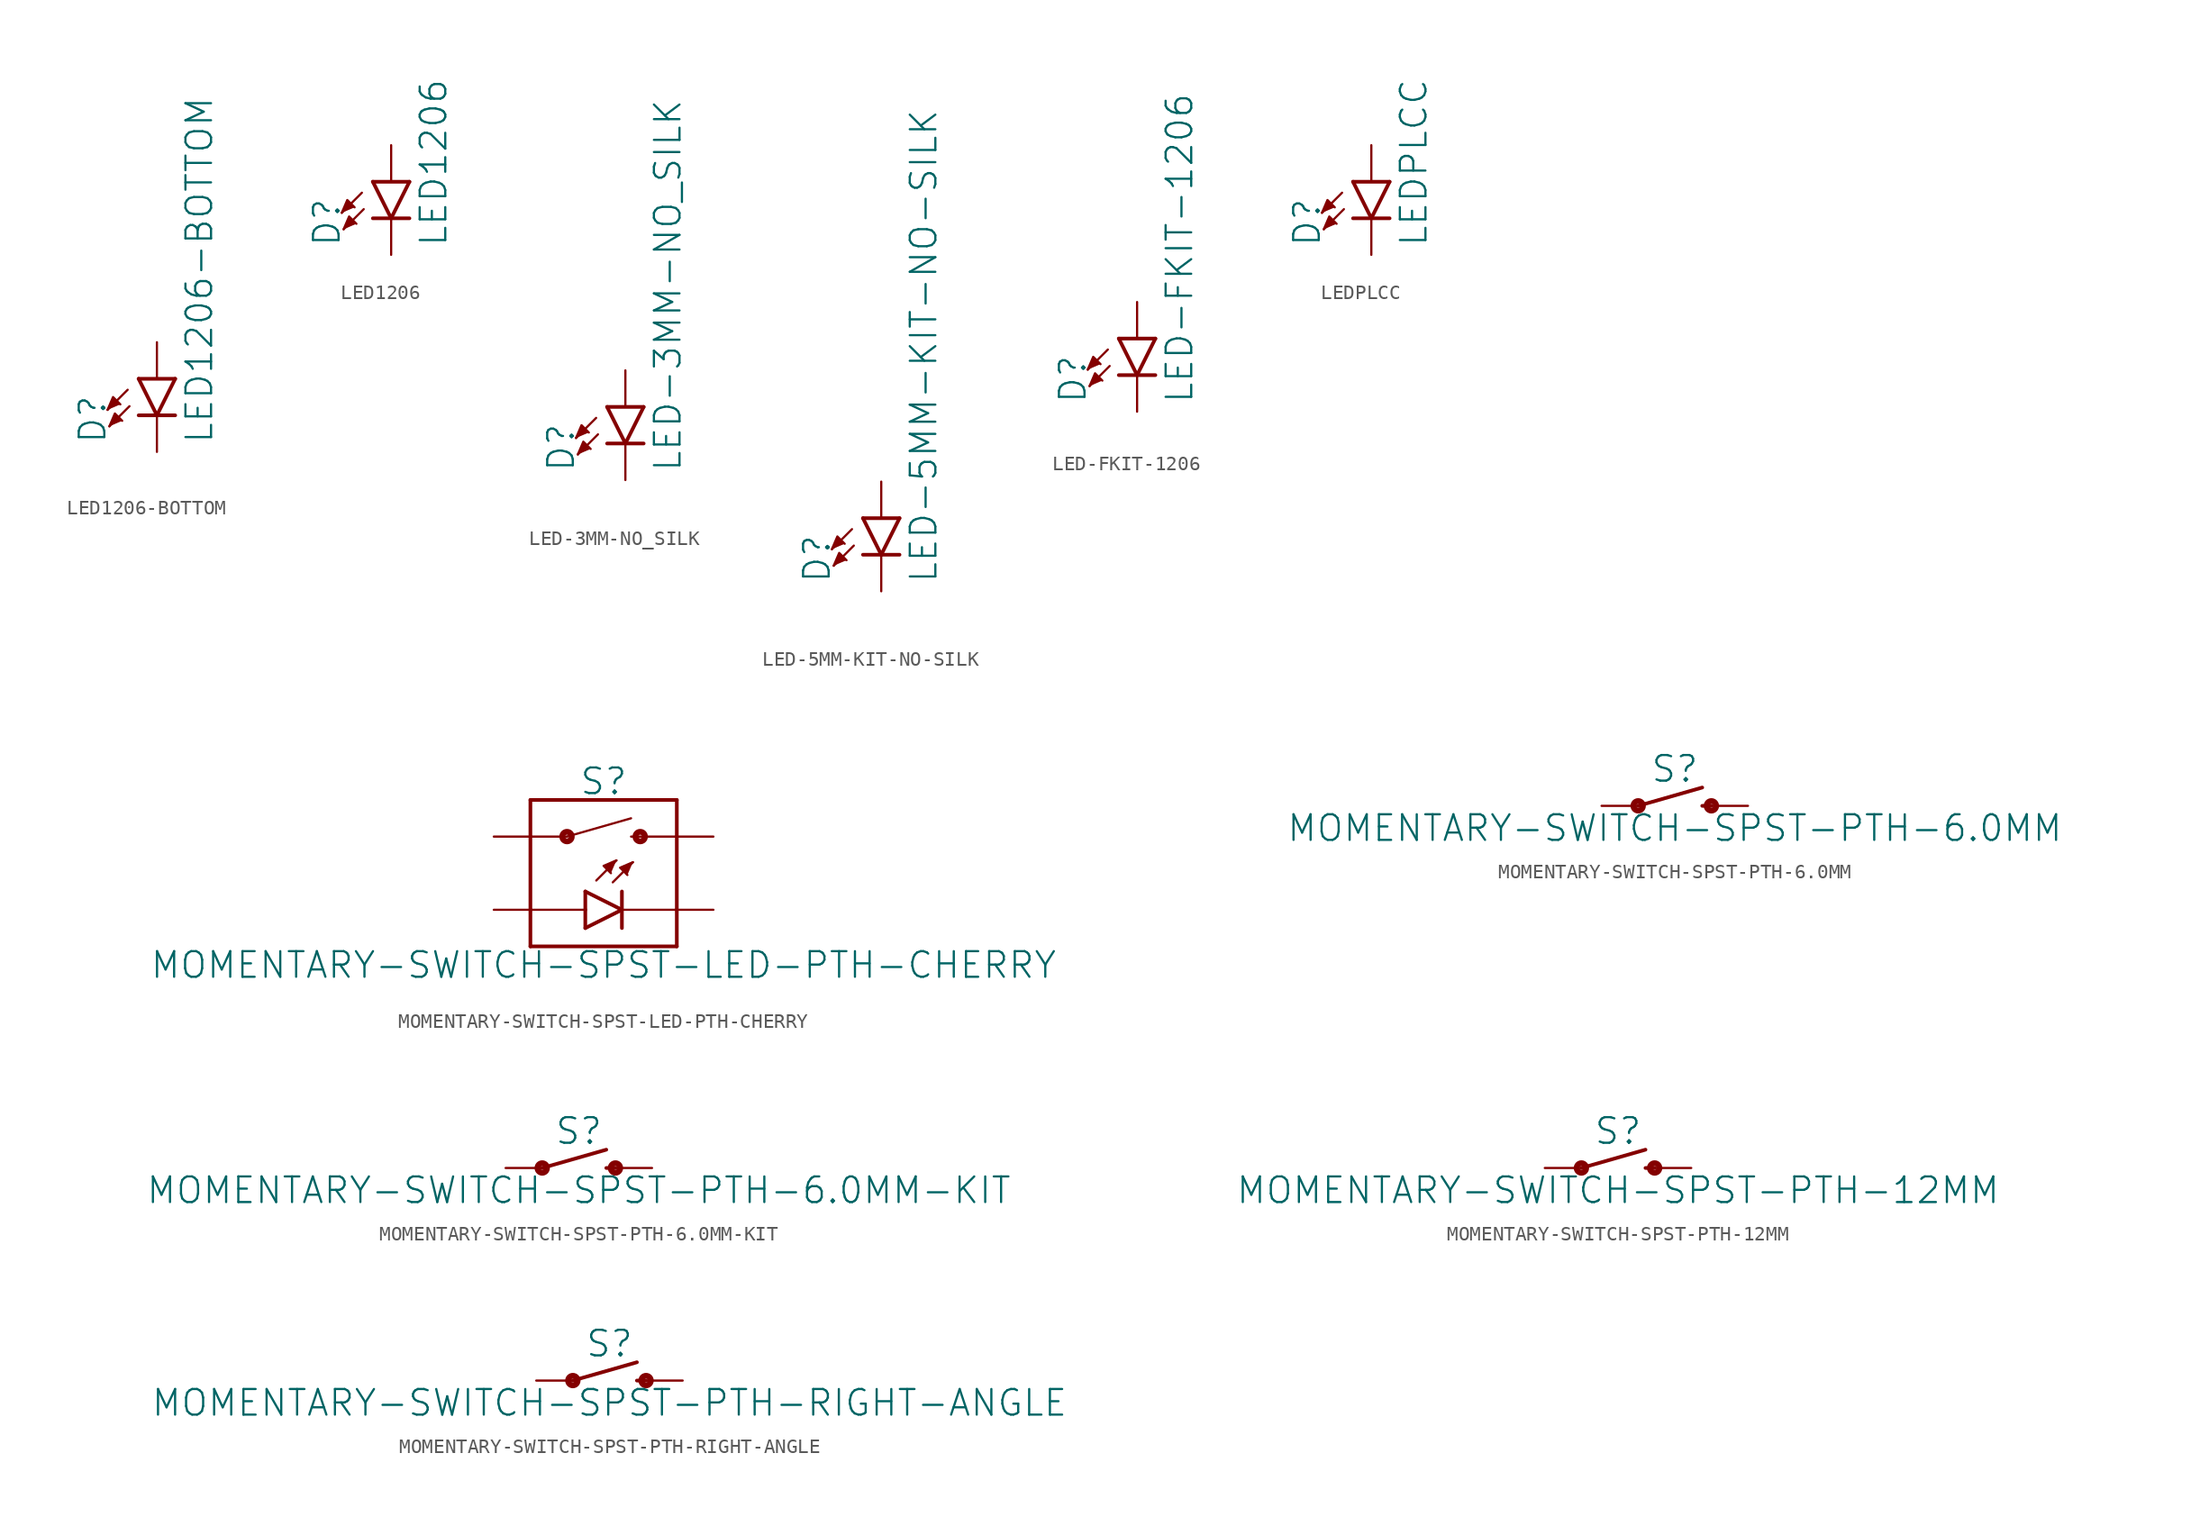
<source format=kicad_sym>
(kicad_symbol_lib
  (version 20210619)
  (generator kicad_symbol_editor)
  (symbol "LED1206-BOTTOM"
    (property "Reference" "D"
      (at -3.429 -4.572 90)
      (effects (font (size 1.778 1.778)) (justify left bottom)))
    (property "Value" "LED1206-BOTTOM"
      (at 1.905 -4.572 90)
      (effects (font (size 1.778 1.778)) (justify left top)))
    (property "ki_locked" ""
      (at 0 0 0)
      (effects (font (size 1.27 1.27))))
    (symbol "LED1206-BOTTOM_1_0"
      (polyline (pts (xy -2.032 -0.762) (xy -3.429 -2.159)) (stroke (width 0.152)) (fill (type none)))
      (polyline (pts (xy -1.905 -1.905) (xy -3.302 -3.302)) (stroke (width 0.152)) (fill (type none)))
      (polyline (pts (xy 0 -2.54) (xy -1.27 -2.54)) (stroke (width 0.254)) (fill (type none)))
      (polyline (pts (xy 0 -2.54) (xy -1.27 0)) (stroke (width 0.254)) (fill (type none)))
      (polyline (pts (xy 1.27 -2.54) (xy 0 -2.54)) (stroke (width 0.254)) (fill (type none)))
      (polyline (pts (xy 1.27 0) (xy -1.27 0)) (stroke (width 0.254)) (fill (type none)))
      (polyline (pts (xy 1.27 0) (xy 0 -2.54)) (stroke (width 0.254)) (fill (type none)))
      (polyline (pts (xy -3.429 -2.159) (xy -3.048 -1.27) (xy -2.54 -1.778)) (stroke (width 0)) (fill (type outline)))
      (polyline (pts (xy -3.302 -3.302) (xy -2.921 -2.413) (xy -2.413 -2.921)) (stroke (width 0)) (fill (type outline)))
      (pin passive line (at 0 2.54 270) (length 2.54) (name "A" (effects (font (size 0 0)))) (number "A" (effects (font (size 0 0)))))
      (pin passive line (at 0 -5.08 90) (length 2.54) (name "C" (effects (font (size 0 0)))) (number "C" (effects (font (size 0 0)))))))
  (symbol "LED1206"
    (property "Reference" "D"
      (at -3.429 -4.572 90)
      (effects (font (size 1.778 1.778)) (justify left bottom)))
    (property "Value" "LED1206"
      (at 1.905 -4.572 90)
      (effects (font (size 1.778 1.778)) (justify left top)))
    (property "ki_locked" ""
      (at 0 0 0)
      (effects (font (size 1.27 1.27))))
    (symbol "LED1206_1_0"
      (polyline (pts (xy -2.032 -0.762) (xy -3.429 -2.159)) (stroke (width 0.152)) (fill (type none)))
      (polyline (pts (xy -1.905 -1.905) (xy -3.302 -3.302)) (stroke (width 0.152)) (fill (type none)))
      (polyline (pts (xy 0 -2.54) (xy -1.27 -2.54)) (stroke (width 0.254)) (fill (type none)))
      (polyline (pts (xy 0 -2.54) (xy -1.27 0)) (stroke (width 0.254)) (fill (type none)))
      (polyline (pts (xy 1.27 -2.54) (xy 0 -2.54)) (stroke (width 0.254)) (fill (type none)))
      (polyline (pts (xy 1.27 0) (xy -1.27 0)) (stroke (width 0.254)) (fill (type none)))
      (polyline (pts (xy 1.27 0) (xy 0 -2.54)) (stroke (width 0.254)) (fill (type none)))
      (polyline (pts (xy -3.429 -2.159) (xy -3.048 -1.27) (xy -2.54 -1.778)) (stroke (width 0)) (fill (type outline)))
      (polyline (pts (xy -3.302 -3.302) (xy -2.921 -2.413) (xy -2.413 -2.921)) (stroke (width 0)) (fill (type outline)))
      (pin passive line (at 0 2.54 270) (length 2.54) (name "A" (effects (font (size 0 0)))) (number "A" (effects (font (size 0 0)))))
      (pin passive line (at 0 -5.08 90) (length 2.54) (name "C" (effects (font (size 0 0)))) (number "C" (effects (font (size 0 0)))))))
  (symbol "LED-3MM-NO_SILK"
    (property "Reference" "D"
      (at -3.429 -4.572 90)
      (effects (font (size 1.778 1.778)) (justify left bottom)))
    (property "Value" "LED-3MM-NO_SILK"
      (at 1.905 -4.572 90)
      (effects (font (size 1.778 1.778)) (justify left top)))
    (property "ki_locked" ""
      (at 0 0 0)
      (effects (font (size 1.27 1.27))))
    (symbol "LED-3MM-NO_SILK_1_0"
      (polyline (pts (xy -2.032 -0.762) (xy -3.429 -2.159)) (stroke (width 0.152)) (fill (type none)))
      (polyline (pts (xy -1.905 -1.905) (xy -3.302 -3.302)) (stroke (width 0.152)) (fill (type none)))
      (polyline (pts (xy 0 -2.54) (xy -1.27 -2.54)) (stroke (width 0.254)) (fill (type none)))
      (polyline (pts (xy 0 -2.54) (xy -1.27 0)) (stroke (width 0.254)) (fill (type none)))
      (polyline (pts (xy 1.27 -2.54) (xy 0 -2.54)) (stroke (width 0.254)) (fill (type none)))
      (polyline (pts (xy 1.27 0) (xy -1.27 0)) (stroke (width 0.254)) (fill (type none)))
      (polyline (pts (xy 1.27 0) (xy 0 -2.54)) (stroke (width 0.254)) (fill (type none)))
      (polyline (pts (xy -3.429 -2.159) (xy -3.048 -1.27) (xy -2.54 -1.778)) (stroke (width 0)) (fill (type outline)))
      (polyline (pts (xy -3.302 -3.302) (xy -2.921 -2.413) (xy -2.413 -2.921)) (stroke (width 0)) (fill (type outline)))
      (pin passive line (at 0 2.54 270) (length 2.54) (name "A" (effects (font (size 0 0)))) (number "A" (effects (font (size 0 0)))))
      (pin passive line (at 0 -5.08 90) (length 2.54) (name "C" (effects (font (size 0 0)))) (number "K" (effects (font (size 0 0)))))))
  (symbol "LED-5MM-KIT-NO-SILK"
    (property "Reference" "D"
      (at -3.429 -4.572 90)
      (effects (font (size 1.778 1.778)) (justify left bottom)))
    (property "Value" "LED-5MM-KIT-NO-SILK"
      (at 1.905 -4.572 90)
      (effects (font (size 1.778 1.778)) (justify left top)))
    (property "ki_locked" ""
      (at 0 0 0)
      (effects (font (size 1.27 1.27))))
    (symbol "LED-5MM-KIT-NO-SILK_1_0"
      (polyline (pts (xy -2.032 -0.762) (xy -3.429 -2.159)) (stroke (width 0.152)) (fill (type none)))
      (polyline (pts (xy -1.905 -1.905) (xy -3.302 -3.302)) (stroke (width 0.152)) (fill (type none)))
      (polyline (pts (xy 0 -2.54) (xy -1.27 -2.54)) (stroke (width 0.254)) (fill (type none)))
      (polyline (pts (xy 0 -2.54) (xy -1.27 0)) (stroke (width 0.254)) (fill (type none)))
      (polyline (pts (xy 1.27 -2.54) (xy 0 -2.54)) (stroke (width 0.254)) (fill (type none)))
      (polyline (pts (xy 1.27 0) (xy -1.27 0)) (stroke (width 0.254)) (fill (type none)))
      (polyline (pts (xy 1.27 0) (xy 0 -2.54)) (stroke (width 0.254)) (fill (type none)))
      (polyline (pts (xy -3.429 -2.159) (xy -3.048 -1.27) (xy -2.54 -1.778)) (stroke (width 0)) (fill (type outline)))
      (polyline (pts (xy -3.302 -3.302) (xy -2.921 -2.413) (xy -2.413 -2.921)) (stroke (width 0)) (fill (type outline)))
      (pin passive line (at 0 2.54 270) (length 2.54) (name "A" (effects (font (size 0 0)))) (number "A" (effects (font (size 0 0)))))
      (pin passive line (at 0 -5.08 90) (length 2.54) (name "C" (effects (font (size 0 0)))) (number "K" (effects (font (size 0 0)))))))
  (symbol "LED-FKIT-1206"
    (property "Reference" "D"
      (at -3.429 -4.572 90)
      (effects (font (size 1.778 1.778)) (justify left bottom)))
    (property "Value" "LED-FKIT-1206"
      (at 1.905 -4.572 90)
      (effects (font (size 1.778 1.778)) (justify left top)))
    (property "ki_locked" ""
      (at 0 0 0)
      (effects (font (size 1.27 1.27))))
    (symbol "LED-FKIT-1206_1_0"
      (polyline (pts (xy -2.032 -0.762) (xy -3.429 -2.159)) (stroke (width 0.152)) (fill (type none)))
      (polyline (pts (xy -1.905 -1.905) (xy -3.302 -3.302)) (stroke (width 0.152)) (fill (type none)))
      (polyline (pts (xy 0 -2.54) (xy -1.27 -2.54)) (stroke (width 0.254)) (fill (type none)))
      (polyline (pts (xy 0 -2.54) (xy -1.27 0)) (stroke (width 0.254)) (fill (type none)))
      (polyline (pts (xy 1.27 -2.54) (xy 0 -2.54)) (stroke (width 0.254)) (fill (type none)))
      (polyline (pts (xy 1.27 0) (xy -1.27 0)) (stroke (width 0.254)) (fill (type none)))
      (polyline (pts (xy 1.27 0) (xy 0 -2.54)) (stroke (width 0.254)) (fill (type none)))
      (polyline (pts (xy -3.429 -2.159) (xy -3.048 -1.27) (xy -2.54 -1.778)) (stroke (width 0)) (fill (type outline)))
      (polyline (pts (xy -3.302 -3.302) (xy -2.921 -2.413) (xy -2.413 -2.921)) (stroke (width 0)) (fill (type outline)))
      (pin passive line (at 0 2.54 270) (length 2.54) (name "A" (effects (font (size 0 0)))) (number "A" (effects (font (size 0 0)))))
      (pin passive line (at 0 -5.08 90) (length 2.54) (name "C" (effects (font (size 0 0)))) (number "C" (effects (font (size 0 0)))))))
  (symbol "LEDPLCC"
    (property "Reference" "D"
      (at -3.429 -4.572 90)
      (effects (font (size 1.778 1.778)) (justify left bottom)))
    (property "Value" "LEDPLCC"
      (at 1.905 -4.572 90)
      (effects (font (size 1.778 1.778)) (justify left top)))
    (property "ki_locked" ""
      (at 0 0 0)
      (effects (font (size 1.27 1.27))))
    (symbol "LEDPLCC_1_0"
      (polyline (pts (xy -2.032 -0.762) (xy -3.429 -2.159)) (stroke (width 0.152)) (fill (type none)))
      (polyline (pts (xy -1.905 -1.905) (xy -3.302 -3.302)) (stroke (width 0.152)) (fill (type none)))
      (polyline (pts (xy 0 -2.54) (xy -1.27 -2.54)) (stroke (width 0.254)) (fill (type none)))
      (polyline (pts (xy 0 -2.54) (xy -1.27 0)) (stroke (width 0.254)) (fill (type none)))
      (polyline (pts (xy 1.27 -2.54) (xy 0 -2.54)) (stroke (width 0.254)) (fill (type none)))
      (polyline (pts (xy 1.27 0) (xy -1.27 0)) (stroke (width 0.254)) (fill (type none)))
      (polyline (pts (xy 1.27 0) (xy 0 -2.54)) (stroke (width 0.254)) (fill (type none)))
      (polyline (pts (xy -3.429 -2.159) (xy -3.048 -1.27) (xy -2.54 -1.778)) (stroke (width 0)) (fill (type outline)))
      (polyline (pts (xy -3.302 -3.302) (xy -2.921 -2.413) (xy -2.413 -2.921)) (stroke (width 0)) (fill (type outline)))
      (pin passive line (at 0 -5.08 90) (length 2.54) (name "C" (effects (font (size 0 0)))) (number "1" (effects (font (size 0 0)))))
      (pin passive line (at 0 2.54 270) (length 2.54) (name "A" (effects (font (size 0 0)))) (number "2" (effects (font (size 0 0)))))))
  (symbol "MOMENTARY-SWITCH-SPST-LED-PTH-CHERRY"
    (property "Reference" "S"
      (at 0 5.334 0)
      (effects (font (size 1.778 1.778)) (justify bottom)))
    (property "Value" "MOMENTARY-SWITCH-SPST-LED-PTH-CHERRY"
      (at 0 -5.334 0)
      (effects (font (size 1.778 1.778)) (justify top)))
    (property "ki_locked" ""
      (at 0 0 0)
      (effects (font (size 1.27 1.27))))
    (symbol "MOMENTARY-SWITCH-SPST-LED-PTH-CHERRY_1_0"
      (circle (center -2.54 2.54) (radius 0.127) (stroke (width 0.406)) (fill (type none)))
      (circle (center 2.54 2.54) (radius 0.127) (stroke (width 0.406)) (fill (type none)))
      (polyline (pts (xy -5.08 -5.08) (xy 5.08 -5.08)) (stroke (width 0.254)) (fill (type none)))
      (polyline (pts (xy -5.08 -2.54) (xy -5.08 -5.08)) (stroke (width 0.254)) (fill (type none)))
      (polyline (pts (xy -5.08 -2.54) (xy -1.27 -2.54)) (stroke (width 0.152)) (fill (type none)))
      (polyline (pts (xy -5.08 2.54) (xy -5.08 -2.54)) (stroke (width 0.254)) (fill (type none)))
      (polyline (pts (xy -5.08 2.54) (xy -2.54 2.54)) (stroke (width 0.152)) (fill (type none)))
      (polyline (pts (xy -5.08 5.08) (xy -5.08 2.54)) (stroke (width 0.254)) (fill (type none)))
      (polyline (pts (xy -2.54 2.54) (xy 1.905 3.81)) (stroke (width 0.152)) (fill (type none)))
      (polyline (pts (xy -1.27 -3.81) (xy -1.27 -2.54)) (stroke (width 0.254)) (fill (type none)))
      (polyline (pts (xy -1.27 -3.81) (xy 1.27 -2.54)) (stroke (width 0.254)) (fill (type none)))
      (polyline (pts (xy -1.27 -2.54) (xy -1.27 -1.27)) (stroke (width 0.254)) (fill (type none)))
      (polyline (pts (xy -0.508 -0.508) (xy 0.889 0.889)) (stroke (width 0.152)) (fill (type none)))
      (polyline (pts (xy 0.635 -0.635) (xy 2.032 0.762)) (stroke (width 0.152)) (fill (type none)))
      (polyline (pts (xy 1.27 -3.81) (xy 1.27 -2.54)) (stroke (width 0.254)) (fill (type none)))
      (polyline (pts (xy 1.27 -2.54) (xy -1.27 -1.27)) (stroke (width 0.254)) (fill (type none)))
      (polyline (pts (xy 1.27 -2.54) (xy 1.27 -1.27)) (stroke (width 0.254)) (fill (type none)))
      (polyline (pts (xy 1.27 -2.54) (xy 5.08 -2.54)) (stroke (width 0.152)) (fill (type none)))
      (polyline (pts (xy 1.905 2.54) (xy 5.08 2.54)) (stroke (width 0.152)) (fill (type none)))
      (polyline (pts (xy 5.08 -5.08) (xy 5.08 -2.54)) (stroke (width 0.254)) (fill (type none)))
      (polyline (pts (xy 5.08 -2.54) (xy 5.08 2.54)) (stroke (width 0.254)) (fill (type none)))
      (polyline (pts (xy 5.08 2.54) (xy 5.08 5.08)) (stroke (width 0.254)) (fill (type none)))
      (polyline (pts (xy 5.08 5.08) (xy -5.08 5.08)) (stroke (width 0.254)) (fill (type none)))
      (polyline (pts (xy 0.889 0.889) (xy 0 0.508) (xy 0.508 0)) (stroke (width 0)) (fill (type outline)))
      (polyline (pts (xy 2.032 0.762) (xy 1.143 0.381) (xy 1.651 -0.127)) (stroke (width 0)) (fill (type outline)))
      (pin passive line (at -7.62 -2.54 0) (length 2.54) (name "A" (effects (font (size 0 0)))) (number "A" (effects (font (size 0 0)))))
      (pin passive line (at 7.62 -2.54 180) (length 2.54) (name "C" (effects (font (size 0 0)))) (number "K" (effects (font (size 0 0)))))
      (pin passive line (at -7.62 2.54 0) (length 2.54) (name "1" (effects (font (size 0 0)))) (number "S1" (effects (font (size 0 0)))))
      (pin passive line (at 7.62 2.54 180) (length 2.54) (name "2" (effects (font (size 0 0)))) (number "S2" (effects (font (size 0 0)))))))
  (symbol "MOMENTARY-SWITCH-SPST-PTH-6.0MM"
    (property "Reference" "S"
      (at 0 1.524 0)
      (effects (font (size 1.778 1.778)) (justify bottom)))
    (property "Value" "MOMENTARY-SWITCH-SPST-PTH-6.0MM"
      (at 0 -0.508 0)
      (effects (font (size 1.778 1.778)) (justify top)))
    (property "ki_locked" ""
      (at 0 0 0)
      (effects (font (size 1.27 1.27))))
    (symbol "MOMENTARY-SWITCH-SPST-PTH-6.0MM_1_0"
      (circle (center -2.54 0) (radius 0.127) (stroke (width 0.406)) (fill (type none)))
      (circle (center 2.54 0) (radius 0.127) (stroke (width 0.406)) (fill (type none)))
      (polyline (pts (xy -2.54 0) (xy 1.905 1.27)) (stroke (width 0.254)) (fill (type none)))
      (polyline (pts (xy 1.905 0) (xy 2.54 0)) (stroke (width 0.254)) (fill (type none)))
      (pin passive line (at -5.08 0 0) (length 2.54) (name "1" (effects (font (size 0 0)))) (number "1" (effects (font (size 0 0)))))
      (pin passive line (at 5.08 0 180) (length 2.54) (name "2" (effects (font (size 0 0)))) (number "3" (effects (font (size 0 0)))))))
  (symbol "MOMENTARY-SWITCH-SPST-PTH-6.0MM-KIT"
    (property "Reference" "S"
      (at 0 1.524 0)
      (effects (font (size 1.778 1.778)) (justify bottom)))
    (property "Value" "MOMENTARY-SWITCH-SPST-PTH-6.0MM-KIT"
      (at 0 -0.508 0)
      (effects (font (size 1.778 1.778)) (justify top)))
    (property "ki_locked" ""
      (at 0 0 0)
      (effects (font (size 1.27 1.27))))
    (symbol "MOMENTARY-SWITCH-SPST-PTH-6.0MM-KIT_1_0"
      (circle (center -2.54 0) (radius 0.127) (stroke (width 0.406)) (fill (type none)))
      (circle (center 2.54 0) (radius 0.127) (stroke (width 0.406)) (fill (type none)))
      (polyline (pts (xy -2.54 0) (xy 1.905 1.27)) (stroke (width 0.254)) (fill (type none)))
      (polyline (pts (xy 1.905 0) (xy 2.54 0)) (stroke (width 0.254)) (fill (type none)))
      (pin passive line (at -5.08 0 0) (length 2.54) (name "1" (effects (font (size 0 0)))) (number "1" (effects (font (size 0 0)))))
      (pin passive line (at 5.08 0 180) (length 2.54) (name "2" (effects (font (size 0 0)))) (number "3" (effects (font (size 0 0)))))))
  (symbol "MOMENTARY-SWITCH-SPST-PTH-12MM"
    (property "Reference" "S"
      (at 0 1.524 0)
      (effects (font (size 1.778 1.778)) (justify bottom)))
    (property "Value" "MOMENTARY-SWITCH-SPST-PTH-12MM"
      (at 0 -0.508 0)
      (effects (font (size 1.778 1.778)) (justify top)))
    (property "ki_locked" ""
      (at 0 0 0)
      (effects (font (size 1.27 1.27))))
    (symbol "MOMENTARY-SWITCH-SPST-PTH-12MM_1_0"
      (circle (center -2.54 0) (radius 0.127) (stroke (width 0.406)) (fill (type none)))
      (circle (center 2.54 0) (radius 0.127) (stroke (width 0.406)) (fill (type none)))
      (polyline (pts (xy -2.54 0) (xy 1.905 1.27)) (stroke (width 0.254)) (fill (type none)))
      (polyline (pts (xy 1.905 0) (xy 2.54 0)) (stroke (width 0.254)) (fill (type none)))
      (pin passive line (at -5.08 0 0) (length 2.54) (name "1" (effects (font (size 0 0)))) (number "1" (effects (font (size 0 0)))))
      (pin passive line (at 5.08 0 180) (length 2.54) (name "2" (effects (font (size 0 0)))) (number "3" (effects (font (size 0 0)))))))
  (symbol "MOMENTARY-SWITCH-SPST-PTH-RIGHT-ANGLE"
    (property "Reference" "S"
      (at 0 1.524 0)
      (effects (font (size 1.778 1.778)) (justify bottom)))
    (property "Value" "MOMENTARY-SWITCH-SPST-PTH-RIGHT-ANGLE"
      (at 0 -0.508 0)
      (effects (font (size 1.778 1.778)) (justify top)))
    (property "ki_locked" ""
      (at 0 0 0)
      (effects (font (size 1.27 1.27))))
    (symbol "MOMENTARY-SWITCH-SPST-PTH-RIGHT-ANGLE_1_0"
      (circle (center -2.54 0) (radius 0.127) (stroke (width 0.406)) (fill (type none)))
      (circle (center 2.54 0) (radius 0.127) (stroke (width 0.406)) (fill (type none)))
      (polyline (pts (xy -2.54 0) (xy 1.905 1.27)) (stroke (width 0.254)) (fill (type none)))
      (polyline (pts (xy 1.905 0) (xy 2.54 0)) (stroke (width 0.254)) (fill (type none)))
      (pin passive line (at -5.08 0 0) (length 2.54) (name "1" (effects (font (size 0 0)))) (number "1" (effects (font (size 0 0)))))
      (pin passive line (at 5.08 0 180) (length 2.54) (name "2" (effects (font (size 0 0)))) (number "2" (effects (font (size 0 0))))))))
</source>
